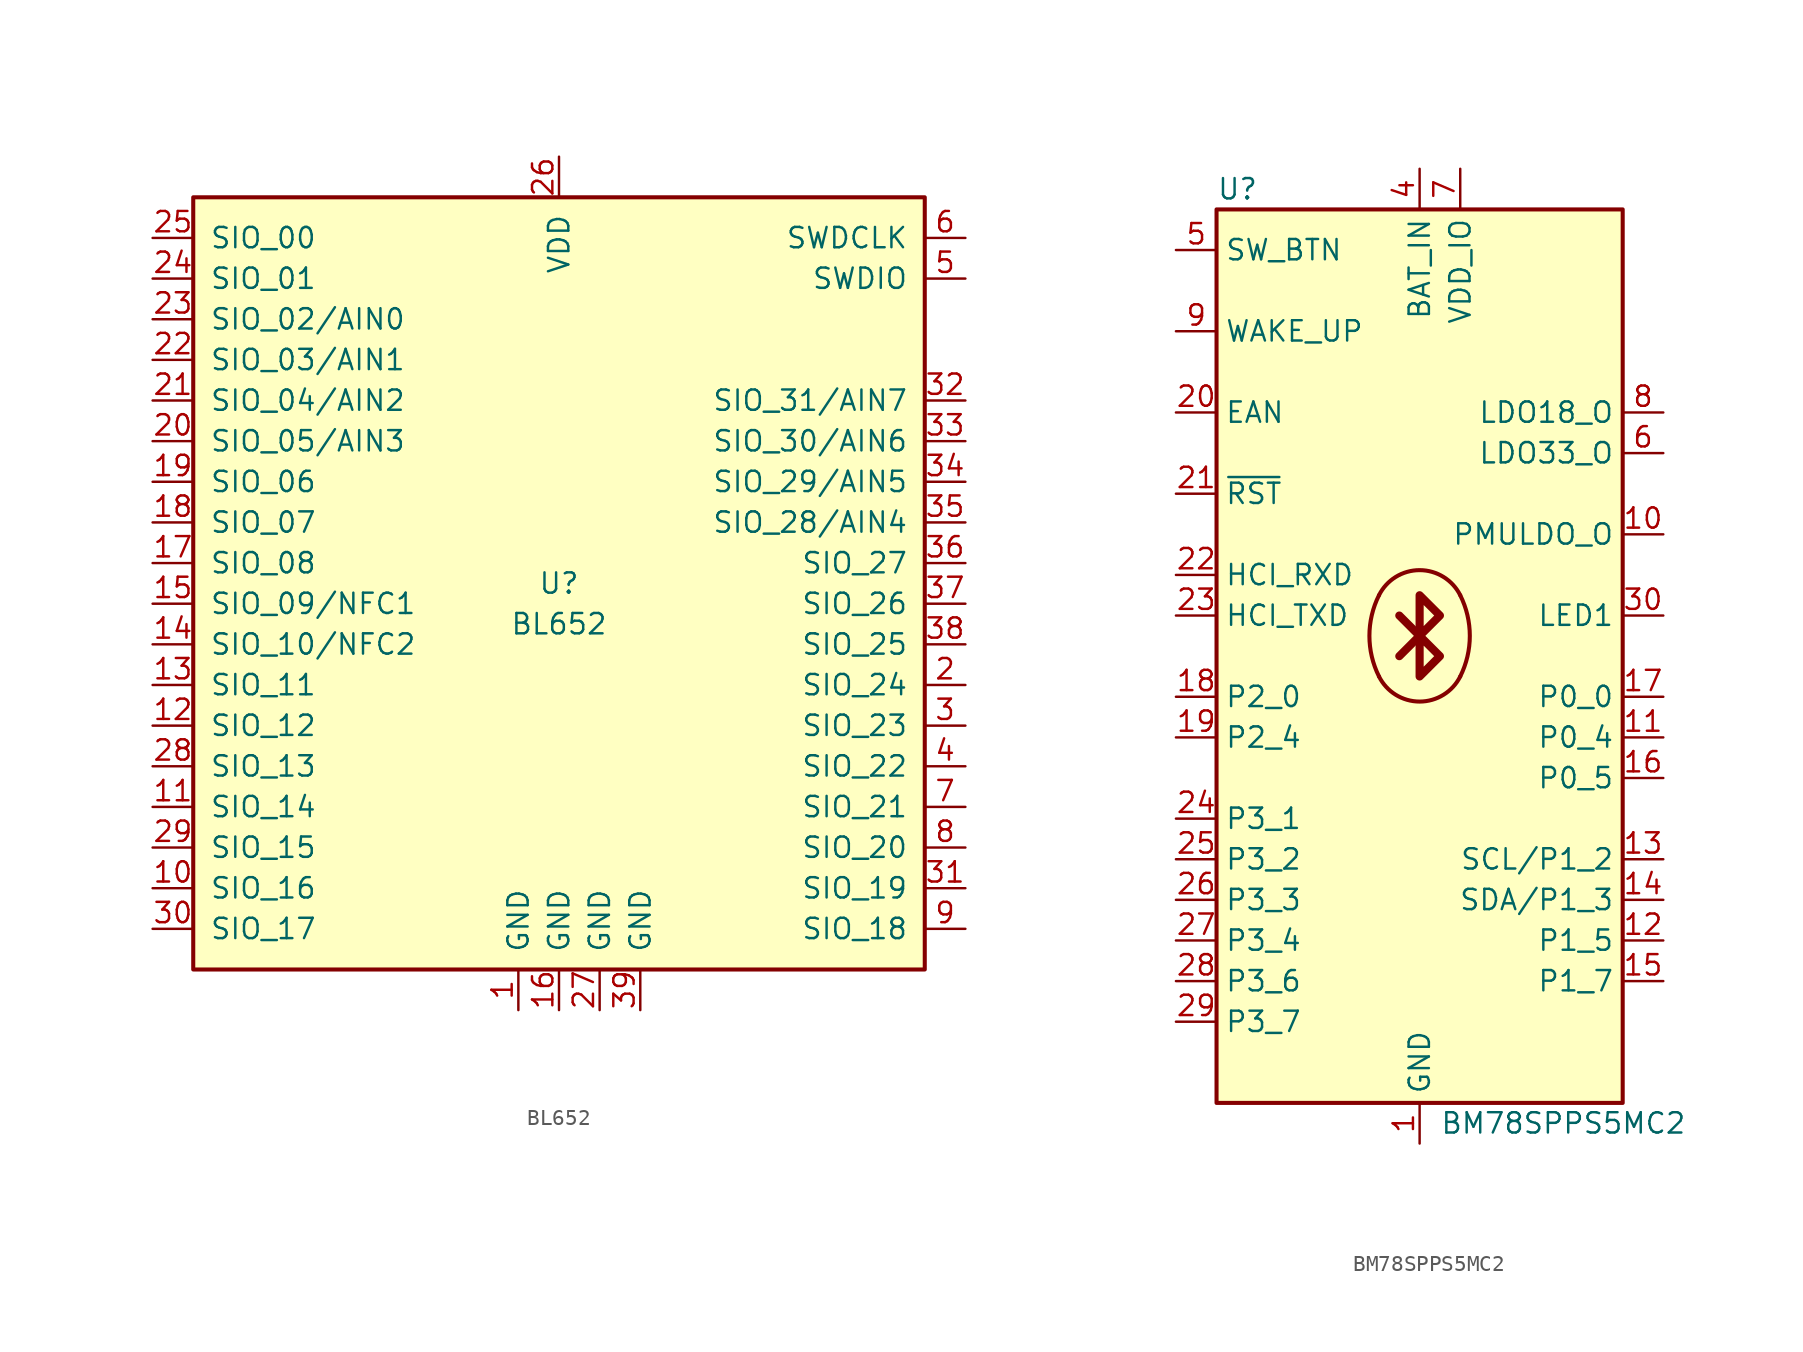
<source format=kicad_sym>
(kicad_symbol_lib
  (version 20241209)
  (generator "kicad_symbol_editor")
  (generator_version "9.0")
  (symbol "BL652"
    (pin_names
      (offset 1.016))
    (property "Reference" "U"
      (at 0 1.27 0)
      (effects (font (size 1.27 1.27))))
    (property "Value" "BL652"
      (at 0 -1.27 0)
      (effects (font (size 1.27 1.27))))
    (symbol "BL652_0_1"
      (rectangle (start 22.86 25.4) (end -22.86 -22.86) (stroke (width 0.254) (type default)) (fill (type background))))
    (symbol "BL652_1_1"
      (pin bidirectional line (at -25.4 22.86 0) (length 2.54) (name "SIO_00" (effects (font (size 1.27 1.27)))) (number "25" (effects (font (size 1.27 1.27)))))
      (pin bidirectional line (at -25.4 20.32 0) (length 2.54) (name "SIO_01" (effects (font (size 1.27 1.27)))) (number "24" (effects (font (size 1.27 1.27)))))
      (pin bidirectional line (at -25.4 17.78 0) (length 2.54) (name "SIO_02/AIN0" (effects (font (size 1.27 1.27)))) (number "23" (effects (font (size 1.27 1.27)))))
      (pin bidirectional line (at -25.4 15.24 0) (length 2.54) (name "SIO_03/AIN1" (effects (font (size 1.27 1.27)))) (number "22" (effects (font (size 1.27 1.27)))))
      (pin bidirectional line (at -25.4 12.7 0) (length 2.54) (name "SIO_04/AIN2" (effects (font (size 1.27 1.27)))) (number "21" (effects (font (size 1.27 1.27)))))
      (pin bidirectional line (at -25.4 10.16 0) (length 2.54) (name "SIO_05/AIN3" (effects (font (size 1.27 1.27)))) (number "20" (effects (font (size 1.27 1.27)))))
      (pin bidirectional line (at -25.4 7.62 0) (length 2.54) (name "SIO_06" (effects (font (size 1.27 1.27)))) (number "19" (effects (font (size 1.27 1.27)))))
      (pin bidirectional line (at -25.4 5.08 0) (length 2.54) (name "SIO_07" (effects (font (size 1.27 1.27)))) (number "18" (effects (font (size 1.27 1.27)))))
      (pin bidirectional line (at -25.4 2.54 0) (length 2.54) (name "SIO_08" (effects (font (size 1.27 1.27)))) (number "17" (effects (font (size 1.27 1.27)))))
      (pin bidirectional line (at -25.4 0 0) (length 2.54) (name "SIO_09/NFC1" (effects (font (size 1.27 1.27)))) (number "15" (effects (font (size 1.27 1.27)))))
      (pin bidirectional line (at -25.4 -2.54 0) (length 2.54) (name "SIO_10/NFC2" (effects (font (size 1.27 1.27)))) (number "14" (effects (font (size 1.27 1.27)))))
      (pin bidirectional line (at -25.4 -5.08 0) (length 2.54) (name "SIO_11" (effects (font (size 1.27 1.27)))) (number "13" (effects (font (size 1.27 1.27)))))
      (pin bidirectional line (at -25.4 -7.62 0) (length 2.54) (name "SIO_12" (effects (font (size 1.27 1.27)))) (number "12" (effects (font (size 1.27 1.27)))))
      (pin bidirectional line (at -25.4 -10.16 0) (length 2.54) (name "SIO_13" (effects (font (size 1.27 1.27)))) (number "28" (effects (font (size 1.27 1.27)))))
      (pin bidirectional line (at -25.4 -12.7 0) (length 2.54) (name "SIO_14" (effects (font (size 1.27 1.27)))) (number "11" (effects (font (size 1.27 1.27)))))
      (pin bidirectional line (at -25.4 -15.24 0) (length 2.54) (name "SIO_15" (effects (font (size 1.27 1.27)))) (number "29" (effects (font (size 1.27 1.27)))))
      (pin bidirectional line (at -25.4 -17.78 0) (length 2.54) (name "SIO_16" (effects (font (size 1.27 1.27)))) (number "10" (effects (font (size 1.27 1.27)))))
      (pin bidirectional line (at -25.4 -20.32 0) (length 2.54) (name "SIO_17" (effects (font (size 1.27 1.27)))) (number "30" (effects (font (size 1.27 1.27)))))
      (pin power_in line (at -2.54 -25.4 90) (length 2.54) (name "GND" (effects (font (size 1.27 1.27)))) (number "1" (effects (font (size 1.27 1.27)))))
      (pin power_in line (at 0 27.94 270) (length 2.54) (name "VDD" (effects (font (size 1.27 1.27)))) (number "26" (effects (font (size 1.27 1.27)))))
      (pin power_in line (at 0 -25.4 90) (length 2.54) (name "GND" (effects (font (size 1.27 1.27)))) (number "16" (effects (font (size 1.27 1.27)))))
      (pin power_in line (at 2.54 -25.4 90) (length 2.54) (name "GND" (effects (font (size 1.27 1.27)))) (number "27" (effects (font (size 1.27 1.27)))))
      (pin power_in line (at 5.08 -25.4 90) (length 2.54) (name "GND" (effects (font (size 1.27 1.27)))) (number "39" (effects (font (size 1.27 1.27)))))
      (pin bidirectional line (at 25.4 22.86 180) (length 2.54) (name "SWDCLK" (effects (font (size 1.27 1.27)))) (number "6" (effects (font (size 1.27 1.27)))))
      (pin bidirectional line (at 25.4 20.32 180) (length 2.54) (name "SWDIO" (effects (font (size 1.27 1.27)))) (number "5" (effects (font (size 1.27 1.27)))))
      (pin bidirectional line (at 25.4 12.7 180) (length 2.54) (name "SIO_31/AIN7" (effects (font (size 1.27 1.27)))) (number "32" (effects (font (size 1.27 1.27)))))
      (pin bidirectional line (at 25.4 10.16 180) (length 2.54) (name "SIO_30/AIN6" (effects (font (size 1.27 1.27)))) (number "33" (effects (font (size 1.27 1.27)))))
      (pin bidirectional line (at 25.4 7.62 180) (length 2.54) (name "SIO_29/AIN5" (effects (font (size 1.27 1.27)))) (number "34" (effects (font (size 1.27 1.27)))))
      (pin bidirectional line (at 25.4 5.08 180) (length 2.54) (name "SIO_28/AIN4" (effects (font (size 1.27 1.27)))) (number "35" (effects (font (size 1.27 1.27)))))
      (pin bidirectional line (at 25.4 2.54 180) (length 2.54) (name "SIO_27" (effects (font (size 1.27 1.27)))) (number "36" (effects (font (size 1.27 1.27)))))
      (pin bidirectional line (at 25.4 0 180) (length 2.54) (name "SIO_26" (effects (font (size 1.27 1.27)))) (number "37" (effects (font (size 1.27 1.27)))))
      (pin bidirectional line (at 25.4 -2.54 180) (length 2.54) (name "SIO_25" (effects (font (size 1.27 1.27)))) (number "38" (effects (font (size 1.27 1.27)))))
      (pin bidirectional line (at 25.4 -5.08 180) (length 2.54) (name "SIO_24" (effects (font (size 1.27 1.27)))) (number "2" (effects (font (size 1.27 1.27)))))
      (pin bidirectional line (at 25.4 -7.62 180) (length 2.54) (name "SIO_23" (effects (font (size 1.27 1.27)))) (number "3" (effects (font (size 1.27 1.27)))))
      (pin bidirectional line (at 25.4 -10.16 180) (length 2.54) (name "SIO_22" (effects (font (size 1.27 1.27)))) (number "4" (effects (font (size 1.27 1.27)))))
      (pin bidirectional line (at 25.4 -12.7 180) (length 2.54) (name "SIO_21" (effects (font (size 1.27 1.27)))) (number "7" (effects (font (size 1.27 1.27)))))
      (pin bidirectional line (at 25.4 -15.24 180) (length 2.54) (name "SIO_20" (effects (font (size 1.27 1.27)))) (number "8" (effects (font (size 1.27 1.27)))))
      (pin bidirectional line (at 25.4 -17.78 180) (length 2.54) (name "SIO_19" (effects (font (size 1.27 1.27)))) (number "31" (effects (font (size 1.27 1.27)))))
      (pin bidirectional line (at 25.4 -20.32 180) (length 2.54) (name "SIO_18" (effects (font (size 1.27 1.27)))) (number "9" (effects (font (size 1.27 1.27)))))))
  (symbol "BM78SPPS5MC2"
    (property "Reference" "U"
      (at -12.7 29.21 0)
      (effects (font (size 1.27 1.27)) (justify left)))
    (property "Value" "BM78SPPS5MC2"
      (at 1.27 -29.21 0)
      (effects (font (size 1.27 1.27)) (justify left)))
    (symbol "BM78SPPS5MC2_0_1"
      (rectangle (start -12.7 27.94) (end 12.7 -27.94) (stroke (width 0.254) (type default)) (fill (type background)))
      (arc (start 2.54 3.81) (mid 3.1396 1.27) (end 2.54 -1.27) (stroke (width 0.254) (type default)) (fill (type background)))
      (polyline (pts (xy 0 3.81) (xy 1.27 2.54) (xy 0 1.27) (xy 1.27 0) (xy 0 -1.27) (xy 0 3.81)) (stroke (width 0.508) (type default)) (fill (type none)))
      (arc (start -2.54 3.81) (mid 0 5.3798) (end 2.54 3.81) (stroke (width 0.254) (type default)) (fill (type background)))
      (polyline (pts (xy 0 1.27) (xy -1.27 2.54)) (stroke (width 0.508) (type default)) (fill (type none)))
      (polyline (pts (xy 0 1.27) (xy -1.27 0)) (stroke (width 0.508) (type default)) (fill (type none)))
      (arc (start 2.54 -1.27) (mid 0 -2.8398) (end -2.54 -1.27) (stroke (width 0.254) (type default)) (fill (type background)))
      (arc (start -2.54 -1.27) (mid -3.1396 1.27) (end -2.54 3.81) (stroke (width 0.254) (type default)) (fill (type background))))
    (symbol "BM78SPPS5MC2_1_1"
      (pin input line (at -15.24 25.4 0) (length 2.54) (name "SW_BTN" (effects (font (size 1.27 1.27)))) (number "5" (effects (font (size 1.27 1.27)))))
      (pin input line (at -15.24 20.32 0) (length 2.54) (name "WAKE_UP" (effects (font (size 1.27 1.27)))) (number "9" (effects (font (size 1.27 1.27)))))
      (pin input line (at -15.24 15.24 0) (length 2.54) (name "EAN" (effects (font (size 1.27 1.27)))) (number "20" (effects (font (size 1.27 1.27)))))
      (pin input line (at -15.24 10.16 0) (length 2.54) (name "~{RST}" (effects (font (size 1.27 1.27)))) (number "21" (effects (font (size 1.27 1.27)))))
      (pin input line (at -15.24 5.08 0) (length 2.54) (name "HCI_RXD" (effects (font (size 1.27 1.27)))) (number "22" (effects (font (size 1.27 1.27)))))
      (pin output line (at -15.24 2.54 0) (length 2.54) (name "HCI_TXD" (effects (font (size 1.27 1.27)))) (number "23" (effects (font (size 1.27 1.27)))))
      (pin input line (at -15.24 -2.54 0) (length 2.54) (name "P2_0" (effects (font (size 1.27 1.27)))) (number "18" (effects (font (size 1.27 1.27)))))
      (pin input line (at -15.24 -5.08 0) (length 2.54) (name "P2_4" (effects (font (size 1.27 1.27)))) (number "19" (effects (font (size 1.27 1.27)))))
      (pin bidirectional line (at -15.24 -10.16 0) (length 2.54) (name "P3_1" (effects (font (size 1.27 1.27)))) (number "24" (effects (font (size 1.27 1.27)))))
      (pin bidirectional line (at -15.24 -12.7 0) (length 2.54) (name "P3_2" (effects (font (size 1.27 1.27)))) (number "25" (effects (font (size 1.27 1.27)))))
      (pin bidirectional line (at -15.24 -15.24 0) (length 2.54) (name "P3_3" (effects (font (size 1.27 1.27)))) (number "26" (effects (font (size 1.27 1.27)))))
      (pin bidirectional line (at -15.24 -17.78 0) (length 2.54) (name "P3_4" (effects (font (size 1.27 1.27)))) (number "27" (effects (font (size 1.27 1.27)))))
      (pin bidirectional line (at -15.24 -20.32 0) (length 2.54) (name "P3_6" (effects (font (size 1.27 1.27)))) (number "28" (effects (font (size 1.27 1.27)))))
      (pin bidirectional line (at -15.24 -22.86 0) (length 2.54) (name "P3_7" (effects (font (size 1.27 1.27)))) (number "29" (effects (font (size 1.27 1.27)))))
      (pin power_in line (at 0 30.48 270) (length 2.54) (name "BAT_IN" (effects (font (size 1.27 1.27)))) (number "4" (effects (font (size 1.27 1.27)))))
      (pin power_in line (at 0 -30.48 90) (length 2.54) (name "GND" (effects (font (size 1.27 1.27)))) (number "1" (effects (font (size 1.27 1.27)))))
      (pin passive line (at 0 -30.48 90) (length 2.54) (hide yes) (name "GND" (effects (font (size 1.27 1.27)))) (number "2" (effects (font (size 1.27 1.27)))))
      (pin passive line (at 0 -30.48 90) (length 2.54) (hide yes) (name "GND" (effects (font (size 1.27 1.27)))) (number "3" (effects (font (size 1.27 1.27)))))
      (pin passive line (at 0 -30.48 90) (length 2.54) (hide yes) (name "GND" (effects (font (size 1.27 1.27)))) (number "31" (effects (font (size 1.27 1.27)))))
      (pin passive line (at 0 -30.48 90) (length 2.54) (hide yes) (name "GND" (effects (font (size 1.27 1.27)))) (number "32" (effects (font (size 1.27 1.27)))))
      (pin passive line (at 0 -30.48 90) (length 2.54) (hide yes) (name "GND" (effects (font (size 1.27 1.27)))) (number "33" (effects (font (size 1.27 1.27)))))
      (pin power_in line (at 2.54 30.48 270) (length 2.54) (name "VDD_IO" (effects (font (size 1.27 1.27)))) (number "7" (effects (font (size 1.27 1.27)))))
      (pin power_out line (at 15.24 15.24 180) (length 2.54) (name "LDO18_O" (effects (font (size 1.27 1.27)))) (number "8" (effects (font (size 1.27 1.27)))))
      (pin power_out line (at 15.24 12.7 180) (length 2.54) (name "LDO33_O" (effects (font (size 1.27 1.27)))) (number "6" (effects (font (size 1.27 1.27)))))
      (pin passive line (at 15.24 7.62 180) (length 2.54) (name "PMULDO_O" (effects (font (size 1.27 1.27)))) (number "10" (effects (font (size 1.27 1.27)))))
      (pin output line (at 15.24 2.54 180) (length 2.54) (name "LED1" (effects (font (size 1.27 1.27)))) (number "30" (effects (font (size 1.27 1.27)))))
      (pin bidirectional line (at 15.24 -2.54 180) (length 2.54) (name "P0_0" (effects (font (size 1.27 1.27)))) (number "17" (effects (font (size 1.27 1.27)))))
      (pin output line (at 15.24 -5.08 180) (length 2.54) (name "P0_4" (effects (font (size 1.27 1.27)))) (number "11" (effects (font (size 1.27 1.27)))))
      (pin bidirectional line (at 15.24 -7.62 180) (length 2.54) (name "P0_5" (effects (font (size 1.27 1.27)))) (number "16" (effects (font (size 1.27 1.27)))))
      (pin output line (at 15.24 -12.7 180) (length 2.54) (name "SCL/P1_2" (effects (font (size 1.27 1.27)))) (number "13" (effects (font (size 1.27 1.27)))))
      (pin bidirectional line (at 15.24 -15.24 180) (length 2.54) (name "SDA/P1_3" (effects (font (size 1.27 1.27)))) (number "14" (effects (font (size 1.27 1.27)))))
      (pin output line (at 15.24 -17.78 180) (length 2.54) (name "P1_5" (effects (font (size 1.27 1.27)))) (number "12" (effects (font (size 1.27 1.27)))))
      (pin bidirectional line (at 15.24 -20.32 180) (length 2.54) (name "P1_7" (effects (font (size 1.27 1.27)))) (number "15" (effects (font (size 1.27 1.27))))))))
</source>
